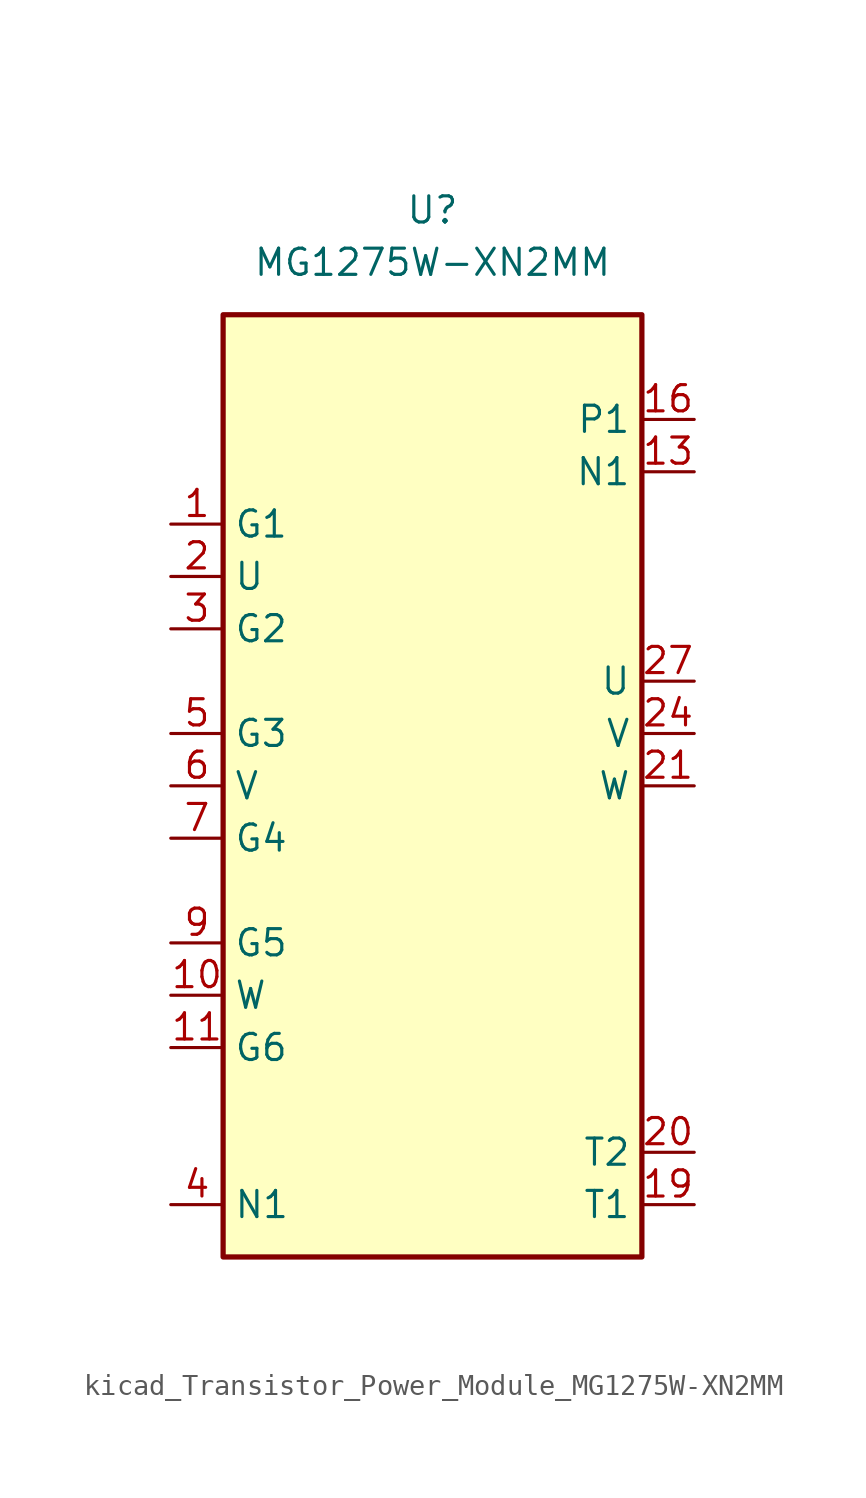
<source format=kicad_sym>
(kicad_symbol_lib
  (version 20220914)
  (generator kicad_symbol_editor)
  (symbol "kicad_Transistor_Power_Module_MG1275W-XN2MM"
    (property "Reference" "U"
      (at 0 27.94 0)
      (effects (font (size 1.27 1.27))))
    (property "Value" "MG1275W-XN2MM"
      (at 0 25.4 0)
      (effects (font (size 1.27 1.27))))
    (symbol "kicad_Transistor_Power_Module_MG1275W-XN2MM_0_0"
      (pin passive line (at 12.7 15.24 180) (length 2.54) (name "N1" (effects (font (size 1.27 1.27)))) (number "13" (effects (font (size 1.27 1.27)))))
      (pin passive line (at 12.7 15.24 180) (length 2.54) hide (name "N1" (effects (font (size 1.27 1.27)))) (number "14" (effects (font (size 1.27 1.27)))))
      (pin passive line (at 12.7 15.24 180) (length 2.54) hide (name "N1" (effects (font (size 1.27 1.27)))) (number "15" (effects (font (size 1.27 1.27)))))
      (pin passive line (at 12.7 17.78 180) (length 2.54) (name "P1" (effects (font (size 1.27 1.27)))) (number "16" (effects (font (size 1.27 1.27)))))
      (pin passive line (at 12.7 17.78 180) (length 2.54) hide (name "P1" (effects (font (size 1.27 1.27)))) (number "17" (effects (font (size 1.27 1.27)))))
      (pin passive line (at 12.7 17.78 180) (length 2.54) hide (name "P1" (effects (font (size 1.27 1.27)))) (number "18" (effects (font (size 1.27 1.27)))))
      (pin passive line (at 12.7 -20.32 180) (length 2.54) (name "T1" (effects (font (size 1.27 1.27)))) (number "19" (effects (font (size 1.27 1.27)))))
      (pin passive line (at 12.7 -17.78 180) (length 2.54) (name "T2" (effects (font (size 1.27 1.27)))) (number "20" (effects (font (size 1.27 1.27)))))
      (pin passive line (at 12.7 17.78 180) (length 2.54) hide (name "P1" (effects (font (size 1.27 1.27)))) (number "30" (effects (font (size 1.27 1.27)))))
      (pin passive line (at 12.7 17.78 180) (length 2.54) hide (name "P1" (effects (font (size 1.27 1.27)))) (number "31" (effects (font (size 1.27 1.27)))))
      (pin passive line (at 12.7 17.78 180) (length 2.54) hide (name "P1" (effects (font (size 1.27 1.27)))) (number "32" (effects (font (size 1.27 1.27)))))
      (pin passive line (at 12.7 15.24 180) (length 2.54) hide (name "N1" (effects (font (size 1.27 1.27)))) (number "33" (effects (font (size 1.27 1.27)))))
      (pin passive line (at 12.7 15.24 180) (length 2.54) hide (name "N1" (effects (font (size 1.27 1.27)))) (number "34" (effects (font (size 1.27 1.27)))))
      (pin passive line (at 12.7 15.24 180) (length 2.54) hide (name "N1" (effects (font (size 1.27 1.27)))) (number "35" (effects (font (size 1.27 1.27))))))
    (symbol "kicad_Transistor_Power_Module_MG1275W-XN2MM_1_1"
      (rectangle (start -10.16 22.86) (end 10.16 -22.86) (stroke (width 0.254) (type default)) (fill (type background)))
      (pin passive line (at -12.7 12.7 0) (length 2.54) (name "G1" (effects (font (size 1.27 1.27)))) (number "1" (effects (font (size 1.27 1.27)))))
      (pin passive line (at -12.7 -10.16 0) (length 2.54) (name "W" (effects (font (size 1.27 1.27)))) (number "10" (effects (font (size 1.27 1.27)))))
      (pin passive line (at -12.7 -12.7 0) (length 2.54) (name "G6" (effects (font (size 1.27 1.27)))) (number "11" (effects (font (size 1.27 1.27)))))
      (pin passive line (at -12.7 -20.32 0) (length 2.54) hide (name "N1" (effects (font (size 1.27 1.27)))) (number "12" (effects (font (size 1.27 1.27)))))
      (pin passive line (at -12.7 10.16 0) (length 2.54) (name "U" (effects (font (size 1.27 1.27)))) (number "2" (effects (font (size 1.27 1.27)))))
      (pin passive line (at 12.7 0 180) (length 2.54) (name "W" (effects (font (size 1.27 1.27)))) (number "21" (effects (font (size 1.27 1.27)))))
      (pin passive line (at 12.7 0 180) (length 2.54) hide (name "W" (effects (font (size 1.27 1.27)))) (number "22" (effects (font (size 1.27 1.27)))))
      (pin passive line (at 12.7 0 180) (length 2.54) hide (name "W" (effects (font (size 1.27 1.27)))) (number "23" (effects (font (size 1.27 1.27)))))
      (pin passive line (at 12.7 2.54 180) (length 2.54) (name "V" (effects (font (size 1.27 1.27)))) (number "24" (effects (font (size 1.27 1.27)))))
      (pin passive line (at 12.7 2.54 180) (length 2.54) hide (name "V" (effects (font (size 1.27 1.27)))) (number "25" (effects (font (size 1.27 1.27)))))
      (pin passive line (at 12.7 2.54 180) (length 2.54) hide (name "V" (effects (font (size 1.27 1.27)))) (number "26" (effects (font (size 1.27 1.27)))))
      (pin passive line (at 12.7 5.08 180) (length 2.54) (name "U" (effects (font (size 1.27 1.27)))) (number "27" (effects (font (size 1.27 1.27)))))
      (pin passive line (at 12.7 5.08 180) (length 2.54) hide (name "U" (effects (font (size 1.27 1.27)))) (number "28" (effects (font (size 1.27 1.27)))))
      (pin passive line (at 12.7 5.08 180) (length 2.54) hide (name "U" (effects (font (size 1.27 1.27)))) (number "29" (effects (font (size 1.27 1.27)))))
      (pin passive line (at -12.7 7.62 0) (length 2.54) (name "G2" (effects (font (size 1.27 1.27)))) (number "3" (effects (font (size 1.27 1.27)))))
      (pin passive line (at -12.7 -20.32 0) (length 2.54) (name "N1" (effects (font (size 1.27 1.27)))) (number "4" (effects (font (size 1.27 1.27)))))
      (pin passive line (at -12.7 2.54 0) (length 2.54) (name "G3" (effects (font (size 1.27 1.27)))) (number "5" (effects (font (size 1.27 1.27)))))
      (pin passive line (at -12.7 0 0) (length 2.54) (name "V" (effects (font (size 1.27 1.27)))) (number "6" (effects (font (size 1.27 1.27)))))
      (pin passive line (at -12.7 -2.54 0) (length 2.54) (name "G4" (effects (font (size 1.27 1.27)))) (number "7" (effects (font (size 1.27 1.27)))))
      (pin passive line (at -12.7 -20.32 0) (length 2.54) hide (name "N1" (effects (font (size 1.27 1.27)))) (number "8" (effects (font (size 1.27 1.27)))))
      (pin passive line (at -12.7 -7.62 0) (length 2.54) (name "G5" (effects (font (size 1.27 1.27)))) (number "9" (effects (font (size 1.27 1.27))))))))
</source>
